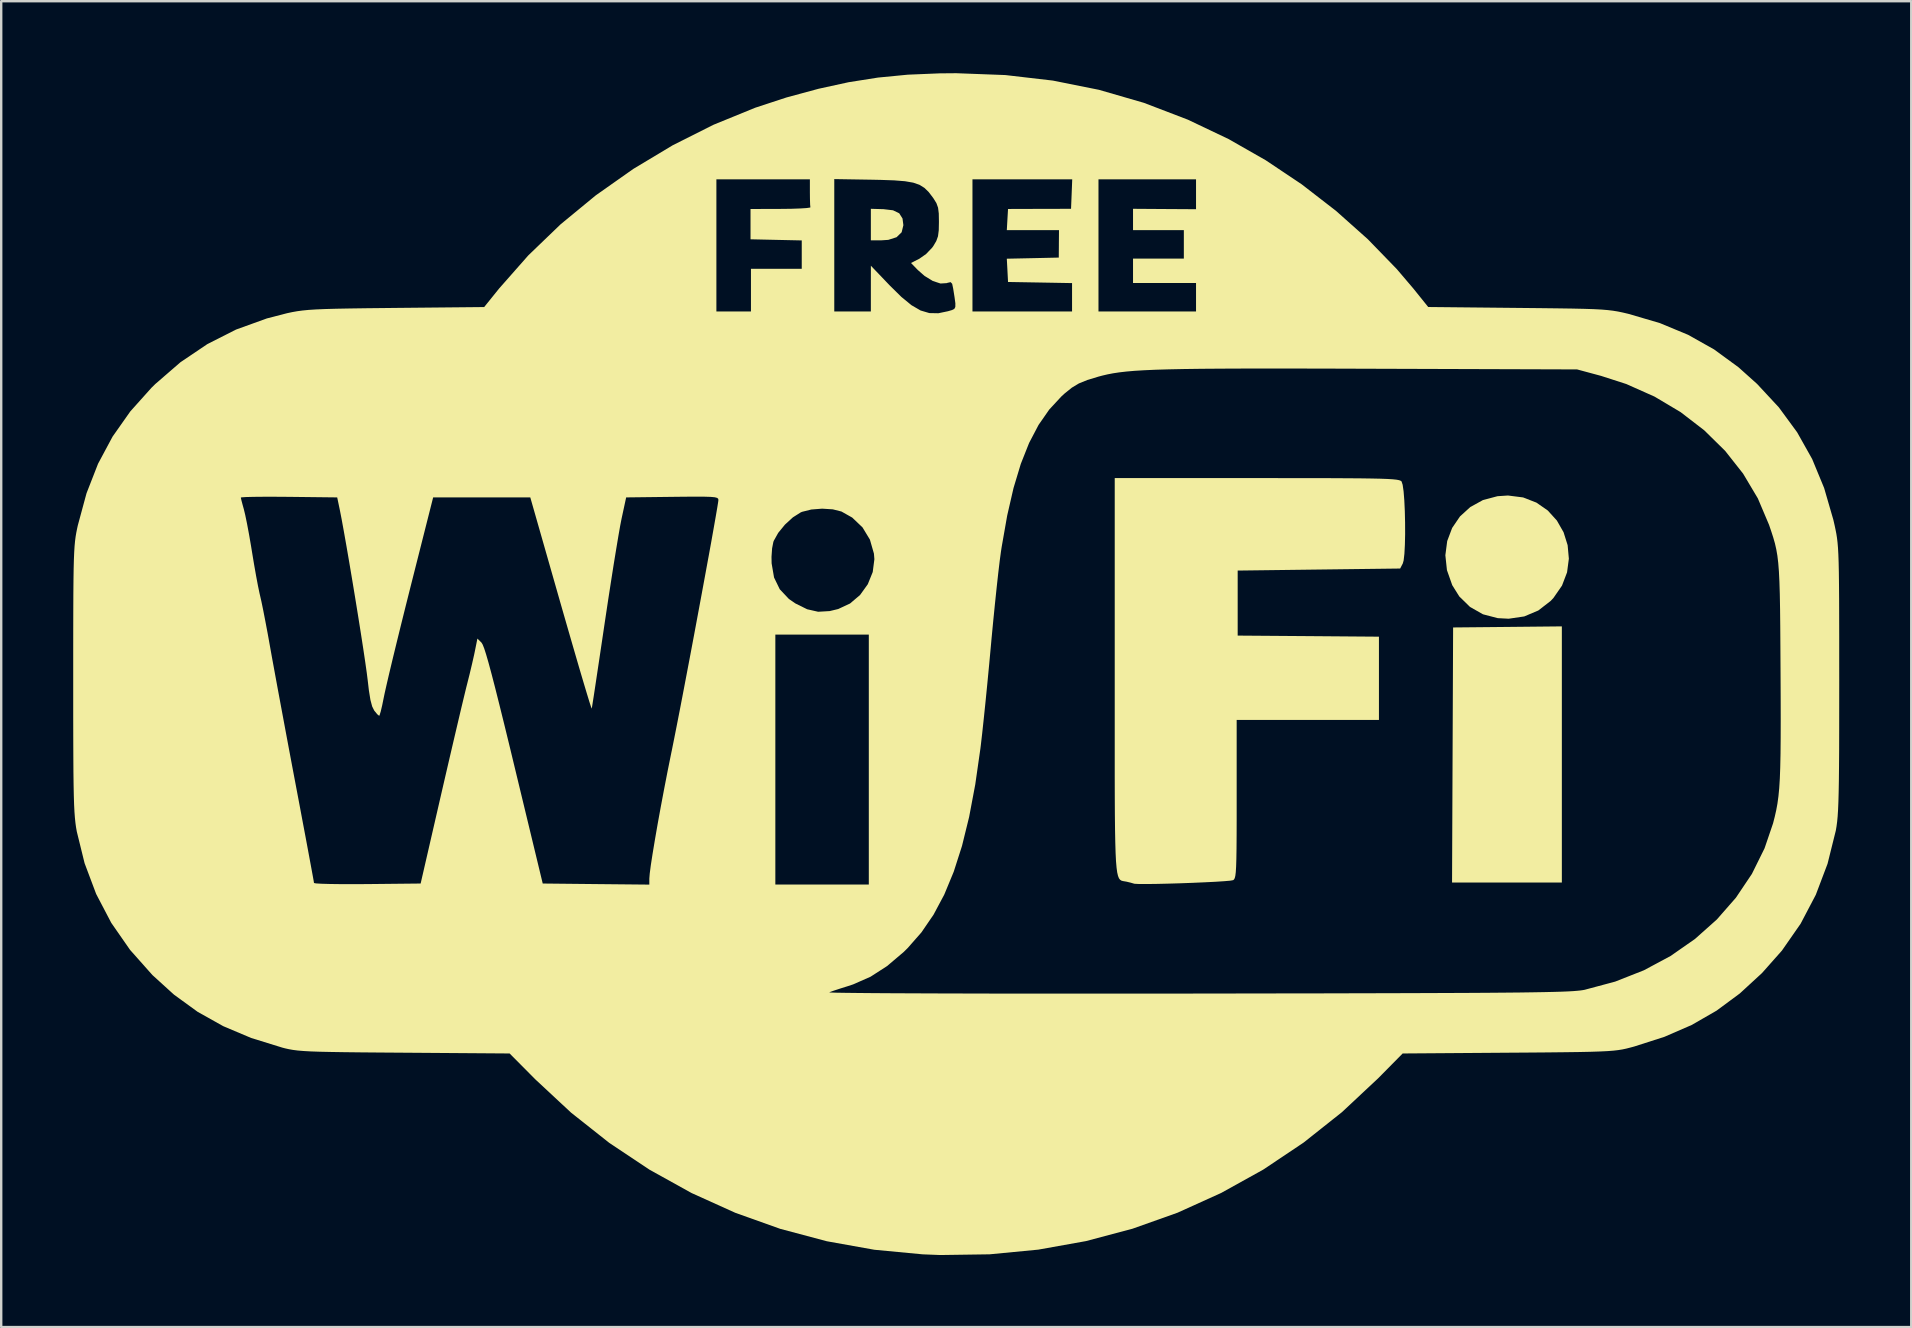
<source format=kicad_pcb>
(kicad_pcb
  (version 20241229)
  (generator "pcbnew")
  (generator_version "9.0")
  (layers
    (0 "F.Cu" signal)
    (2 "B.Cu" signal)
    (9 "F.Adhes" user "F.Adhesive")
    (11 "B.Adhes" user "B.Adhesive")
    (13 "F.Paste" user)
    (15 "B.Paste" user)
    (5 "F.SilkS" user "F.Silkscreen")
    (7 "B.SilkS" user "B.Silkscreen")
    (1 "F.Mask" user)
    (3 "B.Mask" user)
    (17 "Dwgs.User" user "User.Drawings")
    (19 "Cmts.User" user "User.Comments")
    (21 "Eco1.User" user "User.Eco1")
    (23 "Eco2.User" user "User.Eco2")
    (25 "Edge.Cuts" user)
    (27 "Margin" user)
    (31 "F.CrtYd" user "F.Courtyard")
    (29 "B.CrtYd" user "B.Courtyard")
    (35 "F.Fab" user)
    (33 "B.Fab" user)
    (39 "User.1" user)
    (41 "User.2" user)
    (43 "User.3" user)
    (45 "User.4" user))
  (footprint "x2"
    (layer "F.Cu")
    (at 36.786 24.572)
    (property "Reference" "x2" (at 0 0 0) (layer "F.SilkS") (effects (font (size 1.5 1.5) (thickness 0.3))))
    (attr board_only exclude_from_pos_files exclude_from_bom)
    (fp_poly (pts (xy 25.231 3.809) (xy 25.231 9.144) (xy 22.944 9.144) (xy 20.657 9.144) (xy 20.679 3.831) (xy 20.701 -1.482) (xy 22.966 -1.504) (xy 25.231 -1.527)) (stroke (width 0) (type solid)) (fill yes) (layer "F.SilkS"))
    (fp_poly (pts (xy -3.028 -18.908) (xy -2.632 -18.861) (xy -2.374 -18.736) (xy -2.237 -18.519) (xy -2.201 -18.242) (xy -2.273 -17.946) (xy -2.484 -17.74) (xy -2.829 -17.629) (xy -3.102 -17.611) (xy -3.556 -17.611) (xy -3.556 -18.267) (xy -3.556 -18.923)) (stroke (width 0) (type solid)) (fill yes) (layer "F.SilkS"))
    (fp_poly (pts (xy 23.617 -6.899) (xy 24.172 -6.683) (xy 24.644 -6.355) (xy 25.024 -5.936) (xy 25.303 -5.447) (xy 25.472 -4.91) (xy 25.523 -4.346) (xy 25.448 -3.778) (xy 25.237 -3.225) (xy 24.881 -2.711) (xy 24.762 -2.585) (xy 24.251 -2.189) (xy 23.664 -1.941) (xy 23.017 -1.846) (xy 22.56 -1.87) (xy 21.946 -2.03) (xy 21.405 -2.337) (xy 20.958 -2.774) (xy 20.665 -3.243) (xy 20.444 -3.87) (xy 20.378 -4.49) (xy 20.455 -5.082) (xy 20.661 -5.628) (xy 20.987 -6.107) (xy 21.418 -6.5) (xy 21.942 -6.788) (xy 22.549 -6.95) (xy 22.987 -6.979)) (stroke (width 0) (type solid)) (fill yes) (layer "F.SilkS"))
    (fp_poly (pts (xy 13.671 -7.704) (xy 14.663 -7.703) (xy 15.51 -7.702) (xy 16.223 -7.698) (xy 16.813 -7.694) (xy 17.293 -7.687) (xy 17.675 -7.679) (xy 17.969 -7.668) (xy 18.189 -7.654) (xy 18.345 -7.638) (xy 18.449 -7.618) (xy 18.513 -7.595) (xy 18.55 -7.569) (xy 18.553 -7.565) (xy 18.599 -7.425) (xy 18.638 -7.15) (xy 18.668 -6.774) (xy 18.689 -6.329) (xy 18.7 -5.851) (xy 18.702 -5.373) (xy 18.692 -4.928) (xy 18.672 -4.551) (xy 18.64 -4.275) (xy 18.605 -4.149) (xy 18.495 -3.937) (xy 15.111 -3.895) (xy 11.726 -3.852) (xy 11.726 -2.498) (xy 11.726 -1.143) (xy 14.668 -1.121) (xy 17.611 -1.098) (xy 17.611 0.636) (xy 17.611 2.371) (xy 14.647 2.371) (xy 11.684 2.371) (xy 11.684 5.67) (xy 11.684 6.507) (xy 11.682 7.191) (xy 11.678 7.737) (xy 11.671 8.162) (xy 11.661 8.481) (xy 11.647 8.71) (xy 11.628 8.865) (xy 11.603 8.962) (xy 11.573 9.017) (xy 11.536 9.046) (xy 11.418 9.067) (xy 11.161 9.089) (xy 10.793 9.113) (xy 10.345 9.135) (xy 9.846 9.157) (xy 9.326 9.176) (xy 8.814 9.191) (xy 8.34 9.202) (xy 7.933 9.207) (xy 7.623 9.206) (xy 7.44 9.197) (xy 7.408 9.191) (xy 7.267 9.15) (xy 7.097 9.109) (xy 7.016 9.095) (xy 6.945 9.083) (xy 6.882 9.065) (xy 6.827 9.029) (xy 6.78 8.967) (xy 6.741 8.868) (xy 6.707 8.723) (xy 6.68 8.521) (xy 6.657 8.253) (xy 6.64 7.91) (xy 6.627 7.48) (xy 6.617 6.955) (xy 6.61 6.324) (xy 6.606 5.578) (xy 6.604 4.707) (xy 6.604 3.701) (xy 6.604 2.55) (xy 6.604 1.244) (xy 6.604 0.544) (xy 6.604 -7.705) (xy 12.52 -7.705)) (stroke (width 0) (type solid)) (fill yes) (layer "F.SilkS"))
    (fp_poly (pts (xy 2.048 -24.495) (xy 4.027 -24.265) (xy 5.948 -23.88) (xy 7.819 -23.338) (xy 9.652 -22.636) (xy 11.345 -21.83) (xy 12.891 -20.948) (xy 14.391 -19.945) (xy 15.819 -18.84) (xy 17.148 -17.656) (xy 18.353 -16.414) (xy 19.04 -15.607) (xy 19.664 -14.832) (xy 23.4 -14.794) (xy 24.295 -14.785) (xy 25.04 -14.776) (xy 25.652 -14.767) (xy 26.15 -14.756) (xy 26.551 -14.743) (xy 26.876 -14.726) (xy 27.141 -14.704) (xy 27.365 -14.677) (xy 27.567 -14.644) (xy 27.765 -14.603) (xy 27.977 -14.553) (xy 28.025 -14.541) (xy 29.315 -14.162) (xy 30.49 -13.674) (xy 31.575 -13.064) (xy 32.594 -12.318) (xy 33.365 -11.627) (xy 34.272 -10.65) (xy 35.033 -9.613) (xy 35.659 -8.499) (xy 36.158 -7.291) (xy 36.541 -5.97) (xy 36.596 -5.731) (xy 36.633 -5.555) (xy 36.666 -5.388) (xy 36.693 -5.216) (xy 36.716 -5.024) (xy 36.735 -4.799) (xy 36.75 -4.527) (xy 36.762 -4.193) (xy 36.771 -3.784) (xy 36.777 -3.286) (xy 36.782 -2.685) (xy 36.784 -1.965) (xy 36.786 -1.115) (xy 36.786 -0.119) (xy 36.787 0.677) (xy 36.786 1.806) (xy 36.785 2.778) (xy 36.783 3.609) (xy 36.778 4.312) (xy 36.772 4.9) (xy 36.763 5.388) (xy 36.752 5.789) (xy 36.738 6.117) (xy 36.721 6.385) (xy 36.7 6.608) (xy 36.675 6.798) (xy 36.646 6.971) (xy 36.642 6.99) (xy 36.3 8.363) (xy 35.811 9.655) (xy 35.177 10.862) (xy 34.399 11.98) (xy 33.57 12.915) (xy 32.646 13.765) (xy 31.678 14.481) (xy 30.64 15.079) (xy 29.505 15.572) (xy 28.247 15.976) (xy 28.075 16.022) (xy 27.915 16.063) (xy 27.755 16.097) (xy 27.581 16.125) (xy 27.375 16.149) (xy 27.123 16.168) (xy 26.808 16.183) (xy 26.415 16.196) (xy 25.927 16.206) (xy 25.329 16.214) (xy 24.606 16.222) (xy 23.741 16.229) (xy 22.994 16.234) (xy 18.599 16.266) (xy 17.576 17.302) (xy 16.067 18.713) (xy 14.47 19.98) (xy 12.793 21.103) (xy 11.04 22.076) (xy 9.22 22.9) (xy 7.338 23.569) (xy 5.403 24.083) (xy 3.419 24.438) (xy 1.394 24.633) (xy -0.664 24.663) (xy -1.397 24.634) (xy -3.411 24.443) (xy -5.389 24.089) (xy -7.322 23.575) (xy -9.202 22.904) (xy -11.023 22.081) (xy -12.775 21.109) (xy -14.452 19.992) (xy -16.044 18.732) (xy -17.53 17.349) (xy -18.605 16.266) (xy -22.997 16.234) (xy -23.978 16.227) (xy -24.806 16.22) (xy -25.495 16.212) (xy -26.063 16.203) (xy -26.525 16.193) (xy -26.896 16.18) (xy -27.194 16.163) (xy -27.432 16.143) (xy -27.628 16.118) (xy -27.798 16.088) (xy -27.956 16.053) (xy -28.075 16.022) (xy -29.37 15.621) (xy -30.537 15.128) (xy -31.601 14.532) (xy -32.584 13.818) (xy -32.694 13.719) (xy -5.292 13.719) (xy -5.227 13.726) (xy -5 13.734) (xy -4.62 13.74) (xy -4.093 13.746) (xy -3.428 13.752) (xy -2.633 13.757) (xy -1.715 13.761) (xy -0.683 13.765) (xy 0.457 13.768) (xy 1.697 13.771) (xy 3.028 13.772) (xy 4.443 13.773) (xy 5.934 13.773) (xy 7.493 13.773) (xy 9.113 13.771) (xy 10.033 13.77) (xy 11.953 13.767) (xy 13.712 13.764) (xy 15.315 13.762) (xy 16.772 13.758) (xy 18.089 13.755) (xy 19.274 13.751) (xy 20.333 13.747) (xy 21.276 13.743) (xy 22.108 13.738) (xy 22.837 13.732) (xy 23.472 13.726) (xy 24.018 13.718) (xy 24.484 13.71) (xy 24.877 13.701) (xy 25.204 13.692) (xy 25.473 13.681) (xy 25.691 13.669) (xy 25.866 13.655) (xy 26.005 13.641) (xy 26.115 13.625) (xy 26.183 13.612) (xy 27.453 13.272) (xy 28.649 12.8) (xy 29.761 12.204) (xy 30.778 11.495) (xy 31.689 10.683) (xy 32.483 9.776) (xy 33.149 8.784) (xy 33.676 7.718) (xy 34.03 6.679) (xy 34.101 6.401) (xy 34.162 6.131) (xy 34.213 5.854) (xy 34.254 5.553) (xy 34.287 5.212) (xy 34.312 4.814) (xy 34.329 4.345) (xy 34.341 3.786) (xy 34.347 3.123) (xy 34.349 2.338) (xy 34.347 1.416) (xy 34.342 0.381) (xy 34.336 -0.645) (xy 34.33 -1.518) (xy 34.322 -2.254) (xy 34.311 -2.871) (xy 34.295 -3.385) (xy 34.274 -3.812) (xy 34.246 -4.169) (xy 34.21 -4.472) (xy 34.164 -4.738) (xy 34.108 -4.984) (xy 34.039 -5.226) (xy 33.957 -5.48) (xy 33.863 -5.757) (xy 33.396 -6.859) (xy 32.782 -7.89) (xy 32.034 -8.839) (xy 31.161 -9.697) (xy 30.177 -10.454) (xy 29.091 -11.1) (xy 27.917 -11.623) (xy 26.864 -11.963) (xy 25.866 -12.232) (xy 17.23 -12.26) (xy 15.697 -12.265) (xy 14.323 -12.268) (xy 13.099 -12.269) (xy 12.013 -12.268) (xy 11.056 -12.264) (xy 10.216 -12.258) (xy 9.485 -12.248) (xy 8.852 -12.235) (xy 8.307 -12.219) (xy 7.839 -12.198) (xy 7.439 -12.174) (xy 7.095 -12.144) (xy 6.799 -12.11) (xy 6.539 -12.071) (xy 6.305 -12.026) (xy 6.088 -11.975) (xy 5.923 -11.931) (xy 5.462 -11.791) (xy 5.111 -11.648) (xy 4.815 -11.47) (xy 4.516 -11.229) (xy 4.379 -11.103) (xy 3.877 -10.561) (xy 3.431 -9.92) (xy 3.037 -9.169) (xy 2.691 -8.297) (xy 2.388 -7.292) (xy 2.124 -6.145) (xy 1.895 -4.844) (xy 1.862 -4.628) (xy 1.813 -4.263) (xy 1.753 -3.761) (xy 1.686 -3.152) (xy 1.614 -2.467) (xy 1.541 -1.739) (xy 1.47 -0.997) (xy 1.441 -0.677) (xy 1.371 0.079) (xy 1.297 0.851) (xy 1.222 1.606) (xy 1.149 2.308) (xy 1.083 2.923) (xy 1.026 3.416) (xy 1.009 3.556) (xy 0.793 5.062) (xy 0.538 6.413) (xy 0.241 7.62) (xy -0.103 8.693) (xy -0.497 9.645) (xy -0.945 10.485) (xy -1.452 11.225) (xy -2.023 11.875) (xy -2.185 12.035) (xy -2.879 12.624) (xy -3.57 13.069) (xy -4.294 13.388) (xy -4.511 13.46) (xy -4.833 13.561) (xy -5.109 13.652) (xy -5.283 13.715) (xy -5.292 13.719) (xy -32.694 13.719) (xy -33.486 12.999) (xy -34.418 11.95) (xy -35.2 10.825) (xy -35.83 9.622) (xy -36.312 8.34) (xy -36.636 7.024) (xy -36.667 6.849) (xy -36.693 6.662) (xy -36.715 6.45) (xy -36.734 6.199) (xy -36.749 5.895) (xy -36.761 5.523) (xy -36.77 5.071) (xy -36.777 4.525) (xy -36.781 3.869) (xy -36.784 3.091) (xy -36.786 2.177) (xy -36.786 1.112) (xy -36.786 0.677) (xy -36.786 -0.43) (xy -36.785 -1.381) (xy -36.783 -2.191) (xy -36.78 -2.874) (xy -36.775 -3.444) (xy -36.768 -3.915) (xy -36.758 -4.3) (xy -36.745 -4.614) (xy -36.729 -4.871) (xy -36.709 -5.085) (xy -36.685 -5.27) (xy -36.656 -5.44) (xy -36.622 -5.608) (xy -36.595 -5.731) (xy -36.28 -6.894) (xy -29.803 -6.894) (xy -29.781 -6.789) (xy -29.725 -6.577) (xy -29.677 -6.405) (xy -29.62 -6.169) (xy -29.545 -5.806) (xy -29.461 -5.358) (xy -29.376 -4.866) (xy -29.335 -4.614) (xy -29.252 -4.113) (xy -29.167 -3.631) (xy -29.088 -3.212) (xy -29.022 -2.896) (xy -28.998 -2.793) (xy -28.945 -2.561) (xy -28.87 -2.198) (xy -28.781 -1.74) (xy -28.683 -1.221) (xy -28.585 -0.677) (xy -28.585 -0.676) (xy -28.508 -0.246) (xy -28.403 0.325) (xy -28.277 1.011) (xy -28.133 1.785) (xy -27.977 2.623) (xy -27.814 3.497) (xy -27.647 4.384) (xy -27.524 5.035) (xy -27.371 5.842) (xy -27.229 6.599) (xy -27.099 7.288) (xy -26.986 7.895) (xy -26.892 8.401) (xy -26.82 8.792) (xy -26.773 9.051) (xy -26.755 9.162) (xy -26.755 9.164) (xy -26.674 9.181) (xy -26.446 9.195) (xy -26.092 9.205) (xy -25.636 9.211) (xy -25.099 9.212) (xy -24.533 9.209) (xy -22.312 9.186) (xy -21.455 5.461) (xy -21.269 4.656) (xy -21.087 3.872) (xy -20.914 3.131) (xy -20.755 2.454) (xy -20.616 1.864) (xy -20.5 1.382) (xy -20.415 1.03) (xy -20.379 0.889) (xy -20.271 0.459) (xy -20.167 0.022) (xy -20.082 -0.353) (xy -20.054 -0.488) (xy -19.947 -1.019) (xy -19.776 -0.849) (xy -19.729 -0.771) (xy -19.666 -0.613) (xy -19.586 -0.365) (xy -19.485 -0.016) (xy -19.361 0.443) (xy -19.211 1.021) (xy -19.033 1.729) (xy -18.823 2.577) (xy -18.58 3.573) (xy -18.416 4.254) (xy -17.226 9.186) (xy -15.005 9.209) (xy -12.785 9.231) (xy -12.785 8.983) (xy -12.768 8.772) (xy -12.722 8.417) (xy -12.648 7.94) (xy -12.552 7.362) (xy -12.438 6.706) (xy -12.308 5.992) (xy -12.167 5.244) (xy -12.019 4.482) (xy -11.926 4.022) (xy -7.535 4.022) (xy -7.535 9.229) (xy -5.588 9.229) (xy -3.641 9.229) (xy -3.641 4.022) (xy -3.641 -1.185) (xy -5.588 -1.185) (xy -7.535 -1.185) (xy -7.535 4.022) (xy -11.926 4.022) (xy -11.867 3.729) (xy -11.848 3.64) (xy -11.757 3.187) (xy -11.646 2.627) (xy -11.519 1.977) (xy -11.38 1.254) (xy -11.232 0.477) (xy -11.077 -0.338) (xy -10.92 -1.173) (xy -10.764 -2.011) (xy -10.611 -2.835) (xy -10.465 -3.626) (xy -10.329 -4.368) (xy -10.318 -4.426) (xy -7.695 -4.426) (xy -7.69 -4.152) (xy -7.589 -3.563) (xy -7.351 -3.073) (xy -6.971 -2.67) (xy -6.697 -2.481) (xy -6.209 -2.24) (xy -5.752 -2.136) (xy -5.272 -2.164) (xy -4.916 -2.25) (xy -4.424 -2.479) (xy -4.006 -2.834) (xy -3.684 -3.282) (xy -3.478 -3.791) (xy -3.409 -4.326) (xy -3.428 -4.559) (xy -3.595 -5.141) (xy -3.903 -5.65) (xy -4.332 -6.059) (xy -4.781 -6.312) (xy -5.142 -6.403) (xy -5.585 -6.431) (xy -6.036 -6.396) (xy -6.42 -6.3) (xy -6.477 -6.276) (xy -6.804 -6.069) (xy -7.134 -5.767) (xy -7.416 -5.422) (xy -7.602 -5.089) (xy -7.618 -5.044) (xy -7.67 -4.779) (xy -7.695 -4.426) (xy -10.318 -4.426) (xy -10.206 -5.042) (xy -10.101 -5.633) (xy -10.015 -6.121) (xy -9.952 -6.491) (xy -9.915 -6.723) (xy -9.907 -6.796) (xy -9.917 -6.844) (xy -9.96 -6.88) (xy -10.058 -6.906) (xy -10.23 -6.922) (xy -10.497 -6.93) (xy -10.879 -6.932) (xy -11.396 -6.928) (xy -11.828 -6.923) (xy -13.75 -6.9) (xy -13.942 -6.011) (xy -13.997 -5.73) (xy -14.072 -5.304) (xy -14.163 -4.759) (xy -14.268 -4.118) (xy -14.38 -3.404) (xy -14.498 -2.643) (xy -14.616 -1.858) (xy -14.647 -1.651) (xy -14.758 -0.903) (xy -14.862 -0.207) (xy -14.956 0.42) (xy -15.037 0.959) (xy -15.103 1.393) (xy -15.152 1.704) (xy -15.179 1.873) (xy -15.184 1.898) (xy -15.211 1.834) (xy -15.28 1.622) (xy -15.386 1.275) (xy -15.526 0.809) (xy -15.695 0.238) (xy -15.888 -0.425) (xy -16.102 -1.163) (xy -16.333 -1.964) (xy -16.476 -2.462) (xy -17.744 -6.9) (xy -19.767 -6.9) (xy -21.791 -6.9) (xy -22.744 -3.133) (xy -22.946 -2.329) (xy -23.14 -1.549) (xy -23.321 -0.813) (xy -23.484 -0.143) (xy -23.623 0.44) (xy -23.734 0.917) (xy -23.812 1.264) (xy -23.844 1.418) (xy -23.913 1.756) (xy -23.975 2.02) (xy -24.023 2.174) (xy -24.04 2.199) (xy -24.118 2.136) (xy -24.241 1.986) (xy -24.248 1.976) (xy -24.332 1.807) (xy -24.404 1.536) (xy -24.468 1.14) (xy -24.516 0.73) (xy -24.555 0.419) (xy -24.619 -0.033) (xy -24.703 -0.598) (xy -24.804 -1.25) (xy -24.917 -1.962) (xy -25.038 -2.707) (xy -25.162 -3.458) (xy -25.285 -4.189) (xy -25.403 -4.874) (xy -25.511 -5.485) (xy -25.604 -5.995) (xy -25.679 -6.379) (xy -25.682 -6.392) (xy -25.788 -6.9) (xy -27.795 -6.923) (xy -28.358 -6.927) (xy -28.86 -6.927) (xy -29.277 -6.923) (xy -29.588 -6.915) (xy -29.767 -6.903) (xy -29.803 -6.894) (xy -36.28 -6.894) (xy -36.231 -7.074) (xy -35.751 -8.303) (xy -35.146 -9.433) (xy -34.407 -10.483) (xy -33.524 -11.469) (xy -33.365 -11.625) (xy -32.317 -12.532) (xy -31.199 -13.286) (xy -30.003 -13.892) (xy -28.719 -14.356) (xy -27.876 -14.574) (xy -27.665 -14.619) (xy -27.457 -14.656) (xy -27.235 -14.686) (xy -26.98 -14.711) (xy -26.673 -14.731) (xy -26.297 -14.747) (xy -25.832 -14.76) (xy -25.26 -14.771) (xy -24.563 -14.781) (xy -23.722 -14.79) (xy -23.358 -14.794) (xy -19.665 -14.83) (xy -19.04 -15.606) (xy -17.828 -16.981) (xy -17.394 -17.399) (xy -9.991 -17.399) (xy -9.991 -14.647) (xy -9.271 -14.647) (xy -8.551 -14.647) (xy -8.551 -15.536) (xy -8.551 -16.425) (xy -7.493 -16.425) (xy -6.435 -16.425) (xy -6.435 -17.015) (xy -6.435 -17.404) (xy -5.08 -17.404) (xy -5.08 -14.647) (xy -4.318 -14.647) (xy -3.556 -14.647) (xy -3.556 -15.6) (xy -3.555 -16.552) (xy -2.77 -15.731) (xy -2.285 -15.253) (xy -1.865 -14.908) (xy -1.484 -14.687) (xy -1.119 -14.579) (xy -0.745 -14.572) (xy -0.338 -14.657) (xy -0.326 -14.661) (xy -0.175 -14.705) (xy -0.081 -14.751) (xy -0.037 -14.833) (xy -0.035 -14.984) (xy -0.069 -15.238) (xy -0.126 -15.597) (xy -0.168 -15.798) (xy -0.232 -15.868) (xy -0.36 -15.84) (xy -0.395 -15.827) (xy -0.655 -15.811) (xy -0.975 -15.916) (xy -1.317 -16.125) (xy -1.601 -16.375) (xy -1.883 -16.666) (xy -1.534 -16.844) (xy -1.256 -17.039) (xy -1.004 -17.302) (xy -0.953 -17.373) (xy -0.937 -17.399) (xy 0.677 -17.399) (xy 0.677 -14.647) (xy 2.752 -14.647) (xy 4.826 -14.647) (xy 4.826 -15.238) (xy 4.826 -15.828) (xy 3.493 -15.852) (xy 2.159 -15.875) (xy 2.134 -16.359) (xy 2.108 -16.844) (xy 3.191 -16.867) (xy 4.273 -16.891) (xy 4.277 -17.399) (xy 5.927 -17.399) (xy 5.927 -14.647) (xy 7.959 -14.647) (xy 9.991 -14.647) (xy 9.991 -15.24) (xy 9.991 -15.833) (xy 8.678 -15.833) (xy 7.366 -15.833) (xy 7.366 -16.341) (xy 7.366 -16.849) (xy 8.424 -16.849) (xy 9.483 -16.849) (xy 9.483 -17.441) (xy 9.483 -18.034) (xy 8.424 -18.034) (xy 7.366 -18.034) (xy 7.366 -18.479) (xy 7.366 -18.923) (xy 8.678 -18.914) (xy 9.991 -18.906) (xy 9.991 -19.528) (xy 9.991 -20.151) (xy 7.959 -20.151) (xy 5.927 -20.151) (xy 5.927 -17.399) (xy 4.277 -17.399) (xy 4.277 -17.462) (xy 4.282 -18.034) (xy 3.195 -18.034) (xy 2.108 -18.034) (xy 2.133 -18.475) (xy 2.159 -18.916) (xy 3.471 -18.92) (xy 4.784 -18.923) (xy 4.809 -19.537) (xy 4.833 -20.151) (xy 2.755 -20.151) (xy 0.677 -20.151) (xy 0.677 -17.399) (xy -0.937 -17.399) (xy -0.83 -17.581) (xy -0.759 -17.779) (xy -0.727 -18.028) (xy -0.72 -18.38) (xy -0.726 -18.73) (xy -0.756 -18.969) (xy -0.824 -19.158) (xy -0.945 -19.354) (xy -0.974 -19.395) (xy -1.147 -19.622) (xy -1.325 -19.795) (xy -1.531 -19.923) (xy -1.792 -20.013) (xy -2.134 -20.072) (xy -2.581 -20.108) (xy -3.16 -20.128) (xy -3.493 -20.135) (xy -5.08 -20.161) (xy -5.08 -17.404) (xy -6.435 -17.404) (xy -6.435 -17.606) (xy -7.502 -17.629) (xy -8.569 -17.653) (xy -8.569 -18.284) (xy -8.569 -18.915) (xy -7.311 -18.919) (xy -6.874 -18.924) (xy -6.505 -18.937) (xy -6.235 -18.954) (xy -6.091 -18.975) (xy -6.075 -18.986) (xy -6.086 -19.098) (xy -6.093 -19.328) (xy -6.096 -19.6) (xy -6.096 -20.151) (xy -8.043 -20.151) (xy -9.991 -20.151) (xy -9.991 -17.399) (xy -17.394 -17.399) (xy -16.48 -18.278) (xy -15.015 -19.484) (xy -13.452 -20.585) (xy -11.811 -21.57) (xy -10.112 -22.424) (xy -8.374 -23.134) (xy -7.07 -23.562) (xy -5.733 -23.924) (xy -4.482 -24.197) (xy -3.26 -24.39) (xy -2.015 -24.511) (xy -0.69 -24.566) (xy 0 -24.572)) (stroke (width 0) (type solid)) (fill yes) (layer "F.SilkS")))
  (gr_rect
    (start -3 -3)
    (end 76.573 52.235)
    (stroke (width 0.1) (type default))
    (fill no)
    (layer "Edge.Cuts")))
</source>
